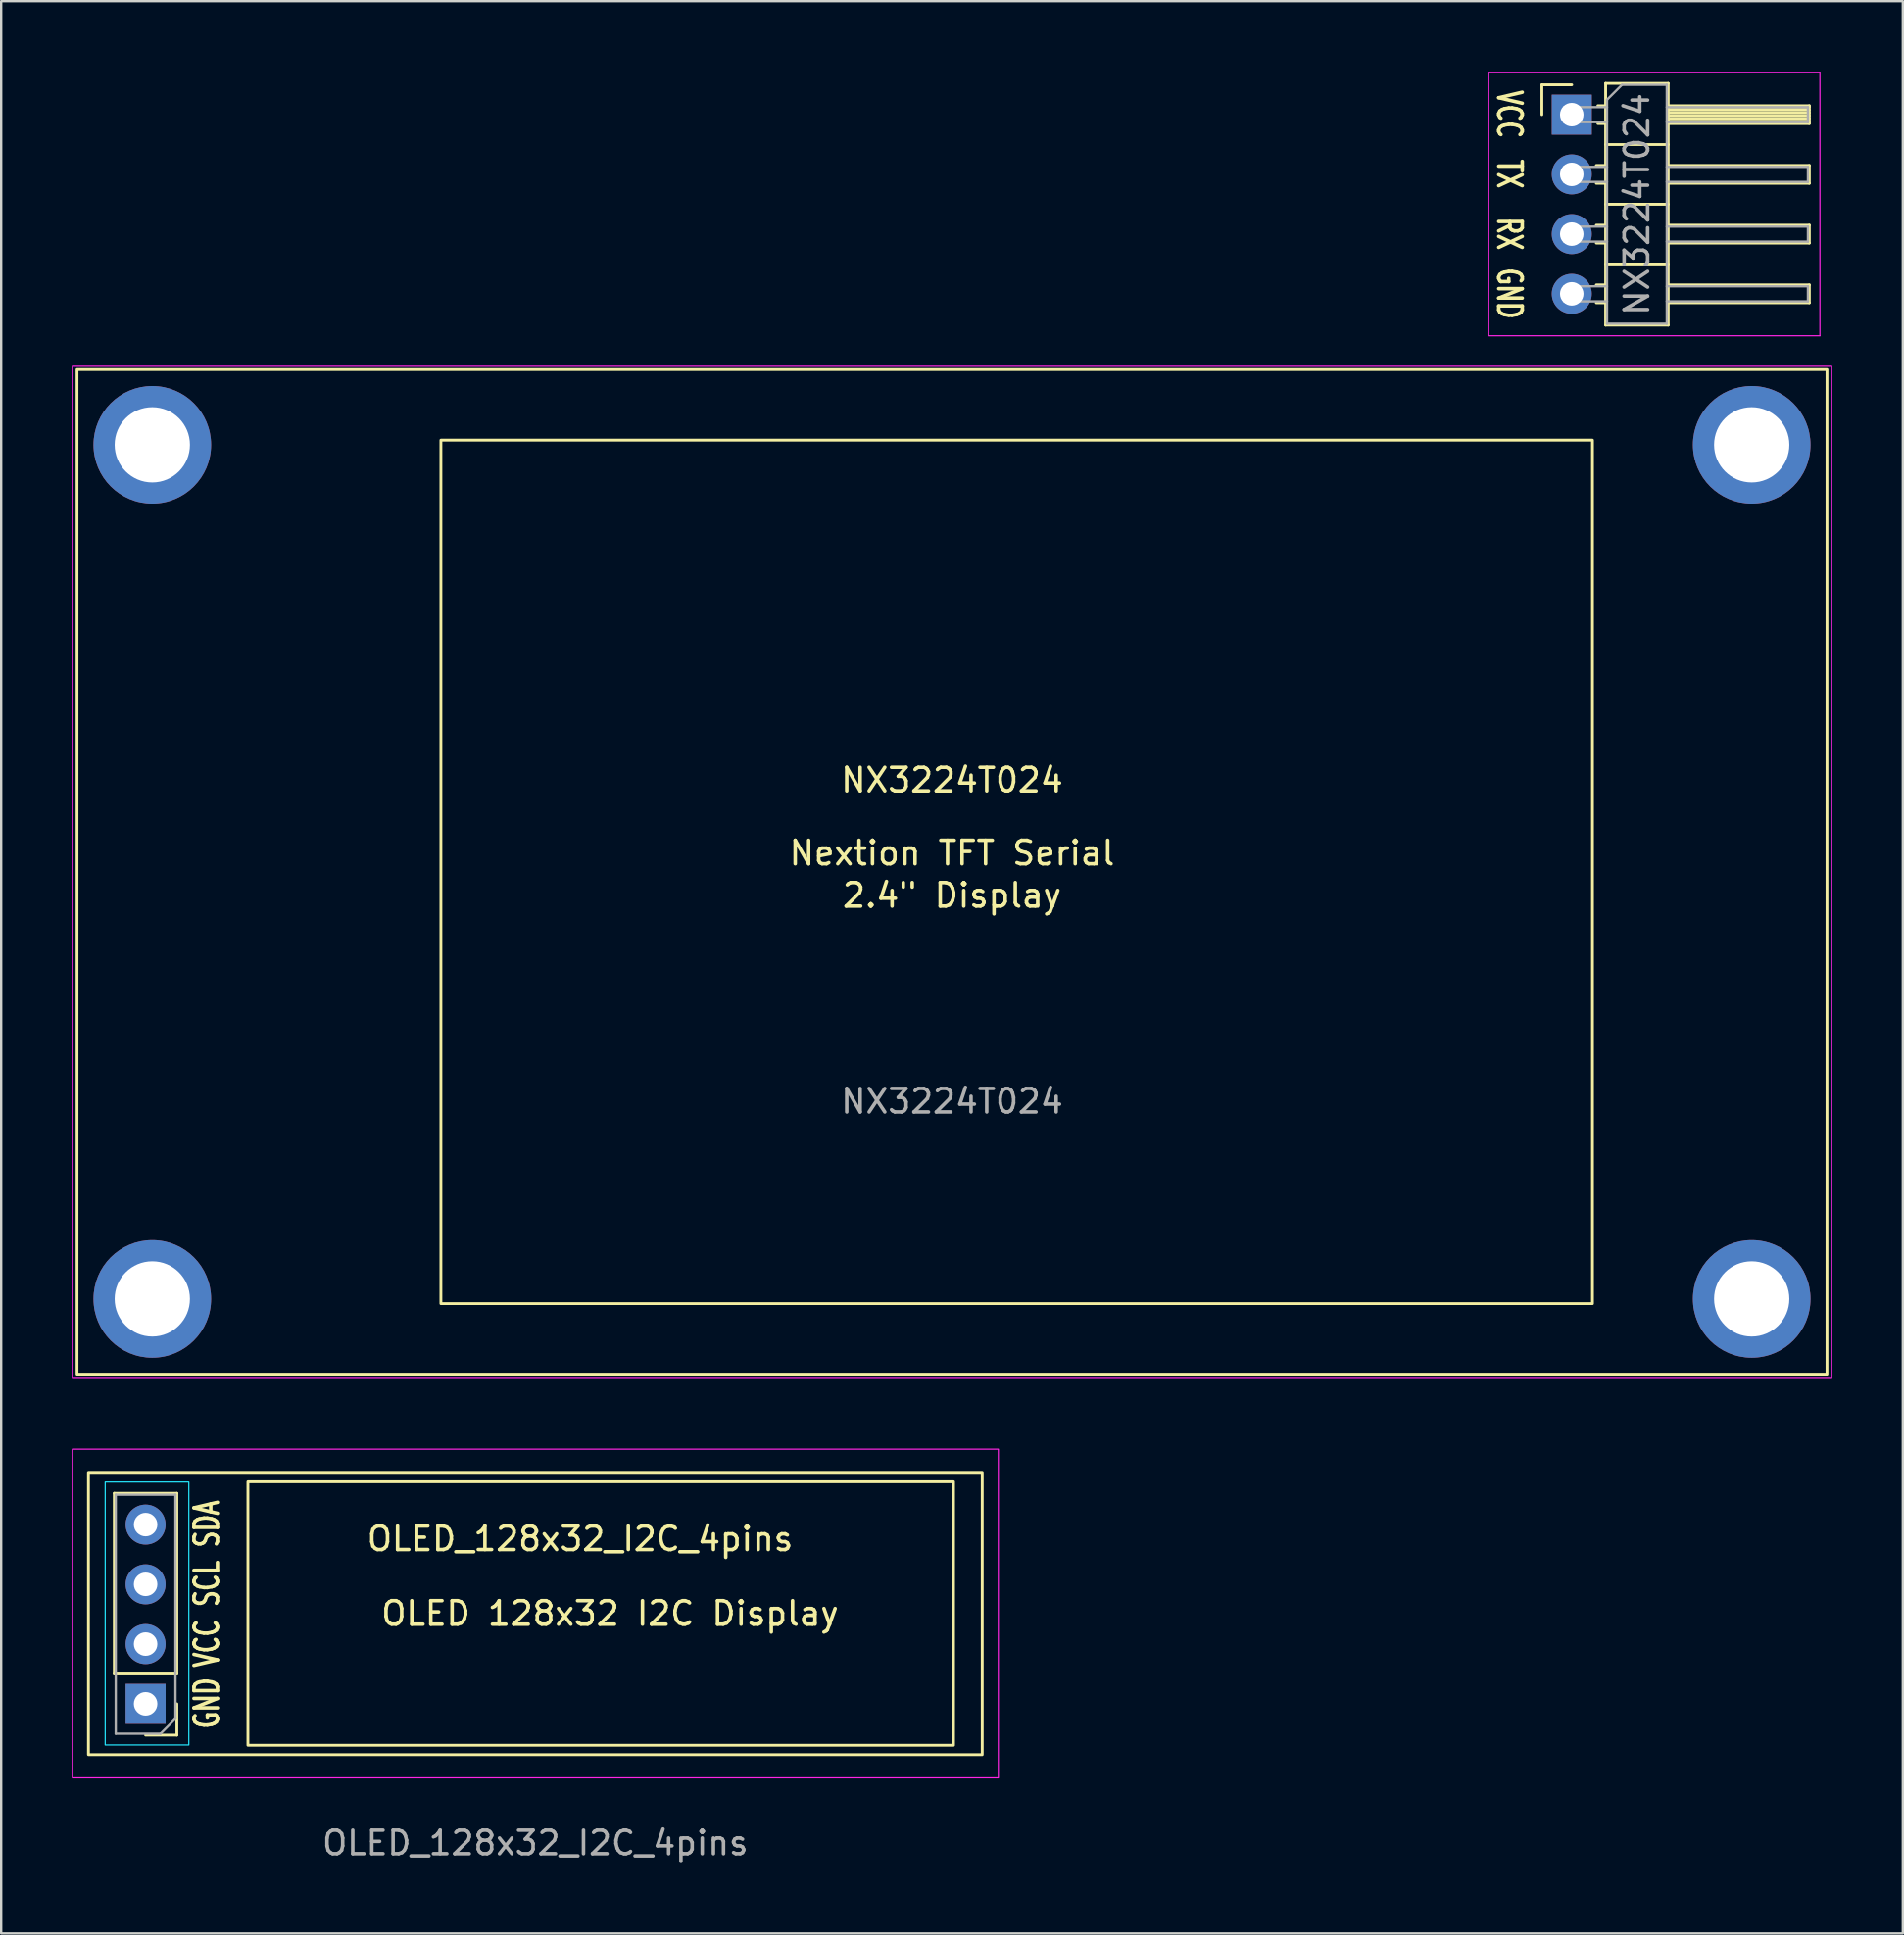
<source format=kicad_pcb>
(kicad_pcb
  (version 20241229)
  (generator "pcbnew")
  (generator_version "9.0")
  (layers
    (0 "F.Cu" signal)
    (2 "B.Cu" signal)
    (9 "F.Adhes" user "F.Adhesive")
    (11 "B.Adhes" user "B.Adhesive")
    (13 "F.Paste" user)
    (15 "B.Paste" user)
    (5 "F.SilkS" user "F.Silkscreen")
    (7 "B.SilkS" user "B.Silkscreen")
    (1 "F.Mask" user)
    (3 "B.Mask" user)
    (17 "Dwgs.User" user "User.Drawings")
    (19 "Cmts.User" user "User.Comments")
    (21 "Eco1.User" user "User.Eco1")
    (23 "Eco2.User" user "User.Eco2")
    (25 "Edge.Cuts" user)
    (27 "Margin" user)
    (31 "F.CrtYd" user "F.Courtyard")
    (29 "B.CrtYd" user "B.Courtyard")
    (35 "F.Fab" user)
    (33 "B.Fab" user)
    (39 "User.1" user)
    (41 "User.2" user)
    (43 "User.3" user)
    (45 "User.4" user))
  (footprint "OLED_128x32_I2C_4pins"
    (layer "F.Cu")
    (at 19.71 65.56)
    (property "Reference" "OLED_128x32_I2C_4pins" (at 1.905 -3.175 0) (unlocked yes) (layer "F.SilkS") (effects (font (size 1 1) (thickness 0.15))))
    (attr smd)
    (fp_line (start -17.9 2.57) (end -17.9 -5.11) (stroke (width 0.12) (type solid)) (layer "F.SilkS"))
    (fp_line (start -15.24 -5.11) (end -17.9 -5.11) (stroke (width 0.12) (type solid)) (layer "F.SilkS"))
    (fp_line (start -15.24 2.57) (end -17.9 2.57) (stroke (width 0.12) (type solid)) (layer "F.SilkS"))
    (fp_line (start -15.24 2.57) (end -15.24 -5.11) (stroke (width 0.12) (type solid)) (layer "F.SilkS"))
    (fp_line (start -15.24 3.84) (end -15.24 5.17) (stroke (width 0.12) (type solid)) (layer "F.SilkS"))
    (fp_line (start -15.24 5.17) (end -16.57 5.17) (stroke (width 0.12) (type solid)) (layer "F.SilkS"))
    (fp_rect (start -19 -6) (end 19 6) (stroke (width 0.12) (type solid)) (fill no) (layer "F.SilkS"))
    (fp_rect (start -12.22 -5.6) (end 17.78 5.6) (stroke (width 0.12) (type solid)) (fill no) (layer "F.SilkS"))
    (fp_rect (start -18.288 -5.588) (end -14.732 5.588) (stroke (width 0.05) (type solid)) (fill no) (layer "B.CrtYd"))
    (fp_rect (start -19.685 -6.985) (end 19.685 6.985) (stroke (width 0.05) (type solid)) (fill no) (layer "F.CrtYd"))
    (fp_line (start -17.84 -5.05) (end -15.3 -5.05) (stroke (width 0.1) (type solid)) (layer "F.Fab"))
    (fp_line (start -17.84 5.11) (end -17.84 -5.05) (stroke (width 0.1) (type solid)) (layer "F.Fab"))
    (fp_line (start -15.935 5.11) (end -17.84 5.11) (stroke (width 0.1) (type solid)) (layer "F.Fab"))
    (fp_line (start -15.3 -5.05) (end -15.3 4.475) (stroke (width 0.1) (type solid)) (layer "F.Fab"))
    (fp_line (start -15.3 4.475) (end -15.935 5.11) (stroke (width 0.1) (type solid)) (layer "F.Fab"))
    (fp_text user "GND" (at -13.97 3.81 90) (unlocked yes) (layer "F.SilkS") (effects (font (size 1 0.7) (thickness 0.15))))
    (fp_text user "OLED 128x32 I2C Display" (at 3.175 0 0) (unlocked yes) (layer "F.SilkS") (effects (font (size 1 1) (thickness 0.15))))
    (fp_text user "VCC" (at -13.97 1.27 90) (unlocked yes) (layer "F.SilkS") (effects (font (size 1 0.7) (thickness 0.15))))
    (fp_text user "SDA" (at -13.97 -3.81 90) (unlocked yes) (layer "F.SilkS") (effects (font (size 1 0.7) (thickness 0.15))))
    (fp_text user "SCL" (at -13.97 -1.27 90) (unlocked yes) (layer "F.SilkS") (effects (font (size 1 0.7) (thickness 0.15))))
    (fp_text user "${REFERENCE}" (at 0 9.755 0) (unlocked yes) (layer "F.Fab") (effects (font (size 1 1) (thickness 0.15))))
    (pad "1" thru_hole rect (at -16.57 3.84 180) (size 1.7 1.7) (drill 1) (layers "*.Cu" "*.Mask"))
    (pad "2" thru_hole oval (at -16.57 1.3 180) (size 1.7 1.7) (drill 1) (layers "*.Cu" "*.Mask"))
    (pad "3" thru_hole oval (at -16.57 -1.24 180) (size 1.7 1.7) (drill 1) (layers "*.Cu" "*.Mask"))
    (pad "4" thru_hole oval (at -16.57 -3.78 180) (size 1.7 1.7) (drill 1) (layers "*.Cu" "*.Mask")))
  (footprint "NX3224T024"
    (layer "F.Cu")
    (at 37.425 34.025)
    (property "Reference" "NX3224T024" (at 0 -3.9 0) (unlocked yes) (layer "F.SilkS") (effects (font (size 1 1) (thickness 0.15))))
    (attr through_hole exclude_from_bom)
    (fp_line (start 25.08 -33.47) (end 26.35 -33.47) (stroke (width 0.12) (type solid)) (layer "F.SilkS"))
    (fp_line (start 25.08 -32.2) (end 25.08 -33.47) (stroke (width 0.12) (type solid)) (layer "F.SilkS"))
    (fp_line (start 27.393 -30.04) (end 27.79 -30.04) (stroke (width 0.12) (type solid)) (layer "F.SilkS"))
    (fp_line (start 27.393 -29.28) (end 27.79 -29.28) (stroke (width 0.12) (type solid)) (layer "F.SilkS"))
    (fp_line (start 27.393 -27.5) (end 27.79 -27.5) (stroke (width 0.12) (type solid)) (layer "F.SilkS"))
    (fp_line (start 27.393 -26.74) (end 27.79 -26.74) (stroke (width 0.12) (type solid)) (layer "F.SilkS"))
    (fp_line (start 27.393 -24.96) (end 27.79 -24.96) (stroke (width 0.12) (type solid)) (layer "F.SilkS"))
    (fp_line (start 27.393 -24.2) (end 27.79 -24.2) (stroke (width 0.12) (type solid)) (layer "F.SilkS"))
    (fp_line (start 27.46 -32.58) (end 27.79 -32.58) (stroke (width 0.12) (type solid)) (layer "F.SilkS"))
    (fp_line (start 27.46 -31.82) (end 27.79 -31.82) (stroke (width 0.12) (type solid)) (layer "F.SilkS"))
    (fp_line (start 27.79 -33.53) (end 27.79 -23.25) (stroke (width 0.12) (type solid)) (layer "F.SilkS"))
    (fp_line (start 27.79 -30.93) (end 30.45 -30.93) (stroke (width 0.12) (type solid)) (layer "F.SilkS"))
    (fp_line (start 27.79 -28.39) (end 30.45 -28.39) (stroke (width 0.12) (type solid)) (layer "F.SilkS"))
    (fp_line (start 27.79 -25.85) (end 30.45 -25.85) (stroke (width 0.12) (type solid)) (layer "F.SilkS"))
    (fp_line (start 27.79 -23.25) (end 30.45 -23.25) (stroke (width 0.12) (type solid)) (layer "F.SilkS"))
    (fp_line (start 30.45 -33.53) (end 27.79 -33.53) (stroke (width 0.12) (type solid)) (layer "F.SilkS"))
    (fp_line (start 30.45 -32.58) (end 36.45 -32.58) (stroke (width 0.12) (type solid)) (layer "F.SilkS"))
    (fp_line (start 30.45 -32.52) (end 36.45 -32.52) (stroke (width 0.12) (type solid)) (layer "F.SilkS"))
    (fp_line (start 30.45 -32.4) (end 36.45 -32.4) (stroke (width 0.12) (type solid)) (layer "F.SilkS"))
    (fp_line (start 30.45 -32.28) (end 36.45 -32.28) (stroke (width 0.12) (type solid)) (layer "F.SilkS"))
    (fp_line (start 30.45 -32.16) (end 36.45 -32.16) (stroke (width 0.12) (type solid)) (layer "F.SilkS"))
    (fp_line (start 30.45 -32.04) (end 36.45 -32.04) (stroke (width 0.12) (type solid)) (layer "F.SilkS"))
    (fp_line (start 30.45 -31.92) (end 36.45 -31.92) (stroke (width 0.12) (type solid)) (layer "F.SilkS"))
    (fp_line (start 30.45 -30.04) (end 36.45 -30.04) (stroke (width 0.12) (type solid)) (layer "F.SilkS"))
    (fp_line (start 30.45 -27.5) (end 36.45 -27.5) (stroke (width 0.12) (type solid)) (layer "F.SilkS"))
    (fp_line (start 30.45 -24.96) (end 36.45 -24.96) (stroke (width 0.12) (type solid)) (layer "F.SilkS"))
    (fp_line (start 30.45 -23.25) (end 30.45 -33.53) (stroke (width 0.12) (type solid)) (layer "F.SilkS"))
    (fp_line (start 36.45 -32.58) (end 36.45 -31.82) (stroke (width 0.12) (type solid)) (layer "F.SilkS"))
    (fp_line (start 36.45 -31.82) (end 30.45 -31.82) (stroke (width 0.12) (type solid)) (layer "F.SilkS"))
    (fp_line (start 36.45 -30.04) (end 36.45 -29.28) (stroke (width 0.12) (type solid)) (layer "F.SilkS"))
    (fp_line (start 36.45 -29.28) (end 30.45 -29.28) (stroke (width 0.12) (type solid)) (layer "F.SilkS"))
    (fp_line (start 36.45 -27.5) (end 36.45 -26.74) (stroke (width 0.12) (type solid)) (layer "F.SilkS"))
    (fp_line (start 36.45 -26.74) (end 30.45 -26.74) (stroke (width 0.12) (type solid)) (layer "F.SilkS"))
    (fp_line (start 36.45 -24.96) (end 36.45 -24.2) (stroke (width 0.12) (type solid)) (layer "F.SilkS"))
    (fp_line (start 36.45 -24.2) (end 30.45 -24.2) (stroke (width 0.12) (type solid)) (layer "F.SilkS"))
    (fp_rect (start -37.2 -21.36) (end 37.2 21.36) (stroke (width 0.12) (type solid)) (fill no) (layer "F.SilkS"))
    (fp_rect (start -21.73 -18.36) (end 27.23 18.36) (stroke (width 0.12) (type solid)) (fill no) (layer "F.SilkS"))
    (fp_line (start 22.8 -34) (end 22.8 -22.8) (stroke (width 0.05) (type solid)) (layer "F.CrtYd"))
    (fp_line (start 22.8 -22.8) (end 36.9 -22.8) (stroke (width 0.05) (type solid)) (layer "F.CrtYd"))
    (fp_line (start 36.9 -34) (end 22.8 -34) (stroke (width 0.05) (type solid)) (layer "F.CrtYd"))
    (fp_line (start 36.9 -22.8) (end 36.9 -34) (stroke (width 0.05) (type solid)) (layer "F.CrtYd"))
    (fp_rect (start -37.4 -21.5) (end 37.4 21.5) (stroke (width 0.05) (type solid)) (fill no) (layer "F.CrtYd"))
    (fp_line (start 26.03 -32.52) (end 26.03 -31.88) (stroke (width 0.1) (type solid)) (layer "F.Fab"))
    (fp_line (start 26.03 -32.52) (end 27.85 -32.52) (stroke (width 0.1) (type solid)) (layer "F.Fab"))
    (fp_line (start 26.03 -31.88) (end 27.85 -31.88) (stroke (width 0.1) (type solid)) (layer "F.Fab"))
    (fp_line (start 26.03 -29.98) (end 26.03 -29.34) (stroke (width 0.1) (type solid)) (layer "F.Fab"))
    (fp_line (start 26.03 -29.98) (end 27.85 -29.98) (stroke (width 0.1) (type solid)) (layer "F.Fab"))
    (fp_line (start 26.03 -29.34) (end 27.85 -29.34) (stroke (width 0.1) (type solid)) (layer "F.Fab"))
    (fp_line (start 26.03 -27.44) (end 26.03 -26.8) (stroke (width 0.1) (type solid)) (layer "F.Fab"))
    (fp_line (start 26.03 -27.44) (end 27.85 -27.44) (stroke (width 0.1) (type solid)) (layer "F.Fab"))
    (fp_line (start 26.03 -26.8) (end 27.85 -26.8) (stroke (width 0.1) (type solid)) (layer "F.Fab"))
    (fp_line (start 26.03 -24.9) (end 26.03 -24.26) (stroke (width 0.1) (type solid)) (layer "F.Fab"))
    (fp_line (start 26.03 -24.9) (end 27.85 -24.9) (stroke (width 0.1) (type solid)) (layer "F.Fab"))
    (fp_line (start 26.03 -24.26) (end 27.85 -24.26) (stroke (width 0.1) (type solid)) (layer "F.Fab"))
    (fp_line (start 27.85 -32.835) (end 28.485 -33.47) (stroke (width 0.1) (type solid)) (layer "F.Fab"))
    (fp_line (start 27.85 -23.31) (end 27.85 -32.835) (stroke (width 0.1) (type solid)) (layer "F.Fab"))
    (fp_line (start 28.485 -33.47) (end 30.39 -33.47) (stroke (width 0.1) (type solid)) (layer "F.Fab"))
    (fp_line (start 30.39 -33.47) (end 30.39 -23.31) (stroke (width 0.1) (type solid)) (layer "F.Fab"))
    (fp_line (start 30.39 -32.52) (end 36.39 -32.52) (stroke (width 0.1) (type solid)) (layer "F.Fab"))
    (fp_line (start 30.39 -31.88) (end 36.39 -31.88) (stroke (width 0.1) (type solid)) (layer "F.Fab"))
    (fp_line (start 30.39 -29.98) (end 36.39 -29.98) (stroke (width 0.1) (type solid)) (layer "F.Fab"))
    (fp_line (start 30.39 -29.34) (end 36.39 -29.34) (stroke (width 0.1) (type solid)) (layer "F.Fab"))
    (fp_line (start 30.39 -27.44) (end 36.39 -27.44) (stroke (width 0.1) (type solid)) (layer "F.Fab"))
    (fp_line (start 30.39 -26.8) (end 36.39 -26.8) (stroke (width 0.1) (type solid)) (layer "F.Fab"))
    (fp_line (start 30.39 -24.9) (end 36.39 -24.9) (stroke (width 0.1) (type solid)) (layer "F.Fab"))
    (fp_line (start 30.39 -24.26) (end 36.39 -24.26) (stroke (width 0.1) (type solid)) (layer "F.Fab"))
    (fp_line (start 30.39 -23.31) (end 27.85 -23.31) (stroke (width 0.1) (type solid)) (layer "F.Fab"))
    (fp_line (start 36.39 -32.52) (end 36.39 -31.88) (stroke (width 0.1) (type solid)) (layer "F.Fab"))
    (fp_line (start 36.39 -29.98) (end 36.39 -29.34) (stroke (width 0.1) (type solid)) (layer "F.Fab"))
    (fp_line (start 36.39 -27.44) (end 36.39 -26.8) (stroke (width 0.1) (type solid)) (layer "F.Fab"))
    (fp_line (start 36.39 -24.9) (end 36.39 -24.26) (stroke (width 0.1) (type solid)) (layer "F.Fab"))
    (fp_text user "TX" (at 23.7 -29.68 270) (unlocked yes) (layer "F.SilkS") (effects (font (size 1 0.7) (thickness 0.15))))
    (fp_text user "2.4\" Display" (at 0 1 0) (unlocked yes) (layer "F.SilkS") (effects (font (size 1 1) (thickness 0.15))))
    (fp_text user "RX" (at 23.7 -27.14 270) (unlocked yes) (layer "F.SilkS") (effects (font (size 1 0.7) (thickness 0.15))))
    (fp_text user "GND" (at 23.7 -24.6 270) (unlocked yes) (layer "F.SilkS") (effects (font (size 1 0.7) (thickness 0.15))))
    (fp_text user "VCC" (at 23.7 -32.22 270) (unlocked yes) (layer "F.SilkS") (effects (font (size 1 0.7) (thickness 0.15))))
    (fp_text user "Nextion TFT Serial" (at 0 -0.8 0) (unlocked yes) (layer "F.SilkS") (effects (font (size 1 1) (thickness 0.15))))
    (fp_text user "${REFERENCE}" (at 0 9.755 0) (unlocked yes) (layer "F.Fab") (effects (font (size 1 1) (thickness 0.15))))
    (fp_text user "${REFERENCE}" (at 29.12 -28.39 90) (layer "F.Fab") (effects (font (size 1 1) (thickness 0.15))))
    (pad "" thru_hole circle (at -34 -18.16) (size 5 5) (drill 3.2) (layers "*.Cu" "*.Mask"))
    (pad "" thru_hole circle (at -34 18.16) (size 5 5) (drill 3.2) (layers "*.Cu" "*.Mask"))
    (pad "" thru_hole circle (at 34 -18.16) (size 5 5) (drill 3.2) (layers "*.Cu" "*.Mask"))
    (pad "" thru_hole circle (at 34 18.16) (size 5 5) (drill 3.2) (layers "*.Cu" "*.Mask"))
    (pad "1" thru_hole rect (at 26.35 -32.2) (size 1.7 1.7) (drill 1) (layers "*.Cu" "*.Mask"))
    (pad "2" thru_hole oval (at 26.35 -29.66) (size 1.7 1.7) (drill 1) (layers "*.Cu" "*.Mask"))
    (pad "3" thru_hole oval (at 26.35 -27.12) (size 1.7 1.7) (drill 1) (layers "*.Cu" "*.Mask"))
    (pad "4" thru_hole oval (at 26.35 -24.58) (size 1.7 1.7) (drill 1) (layers "*.Cu" "*.Mask")))
  (gr_rect
    (start -3 -3)
    (end 77.85 79.163)
    (stroke (width 0.1) (type default))
    (fill no)
    (layer "Edge.Cuts")))
</source>
